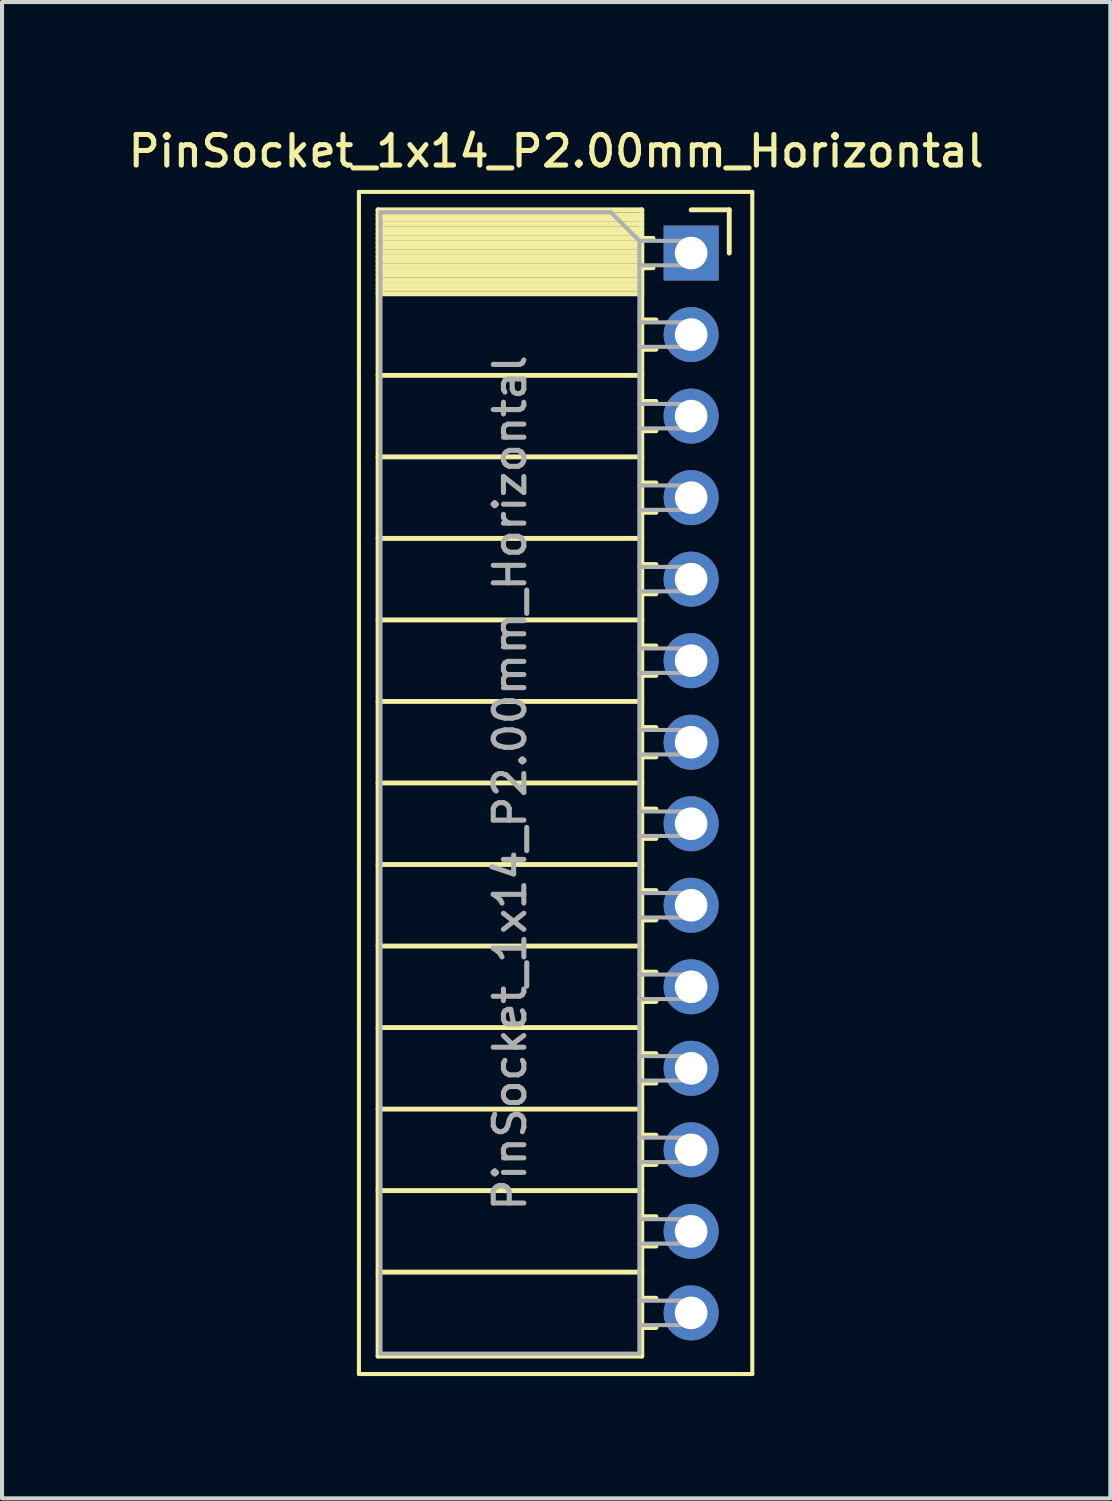
<source format=kicad_pcb>
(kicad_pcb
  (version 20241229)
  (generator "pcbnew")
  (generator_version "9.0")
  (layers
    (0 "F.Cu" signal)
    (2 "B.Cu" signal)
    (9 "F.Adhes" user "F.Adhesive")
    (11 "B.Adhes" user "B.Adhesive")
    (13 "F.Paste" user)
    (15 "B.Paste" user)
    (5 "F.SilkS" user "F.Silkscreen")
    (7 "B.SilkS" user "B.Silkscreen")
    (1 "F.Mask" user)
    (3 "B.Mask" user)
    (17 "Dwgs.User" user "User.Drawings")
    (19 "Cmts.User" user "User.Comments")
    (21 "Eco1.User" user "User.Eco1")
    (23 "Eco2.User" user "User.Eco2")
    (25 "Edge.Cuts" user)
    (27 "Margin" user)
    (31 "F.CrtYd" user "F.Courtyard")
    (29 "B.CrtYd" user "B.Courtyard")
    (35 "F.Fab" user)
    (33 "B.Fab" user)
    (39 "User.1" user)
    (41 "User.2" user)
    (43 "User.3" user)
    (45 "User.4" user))
  (footprint "PinSocket_1x14_P2.00mm_Horizontal"
    (layer "F.Cu")
    (at 13.905 3.158)
    (property "Reference" "PinSocket_1x14_P2.00mm_Horizontal" (at -3.31 -2.5 0) (layer "F.SilkS") (effects (font (size 0.75 0.75) (thickness 0.125))))
    (attr through_hole)
    (fp_line (start -8.15 -1.5) (end -8.15 27.5) (stroke (width 0.1) (type solid)) (layer "F.SilkS"))
    (fp_line (start -8.15 27.5) (end 1.5 27.5) (stroke (width 0.1) (type solid)) (layer "F.SilkS"))
    (fp_line (start -7.68 -1.06) (end -7.68 27.06) (stroke (width 0.12) (type solid)) (layer "F.SilkS"))
    (fp_line (start -7.68 -1.06) (end -1.21 -1.06) (stroke (width 0.12) (type solid)) (layer "F.SilkS"))
    (fp_line (start -7.68 -0.94) (end -1.21 -0.94) (stroke (width 0.12) (type solid)) (layer "F.SilkS"))
    (fp_line (start -7.68 -0.826) (end -1.21 -0.826) (stroke (width 0.12) (type solid)) (layer "F.SilkS"))
    (fp_line (start -7.68 -0.712) (end -1.21 -0.712) (stroke (width 0.12) (type solid)) (layer "F.SilkS"))
    (fp_line (start -7.68 -0.598) (end -1.21 -0.598) (stroke (width 0.12) (type solid)) (layer "F.SilkS"))
    (fp_line (start -7.68 -0.484) (end -1.21 -0.484) (stroke (width 0.12) (type solid)) (layer "F.SilkS"))
    (fp_line (start -7.68 -0.369) (end -1.21 -0.369) (stroke (width 0.12) (type solid)) (layer "F.SilkS"))
    (fp_line (start -7.68 -0.255) (end -1.21 -0.255) (stroke (width 0.12) (type solid)) (layer "F.SilkS"))
    (fp_line (start -7.68 -0.141) (end -1.21 -0.141) (stroke (width 0.12) (type solid)) (layer "F.SilkS"))
    (fp_line (start -7.68 -0.027) (end -1.21 -0.027) (stroke (width 0.12) (type solid)) (layer "F.SilkS"))
    (fp_line (start -7.68 0.087) (end -1.21 0.087) (stroke (width 0.12) (type solid)) (layer "F.SilkS"))
    (fp_line (start -7.68 0.201) (end -1.21 0.201) (stroke (width 0.12) (type solid)) (layer "F.SilkS"))
    (fp_line (start -7.68 0.315) (end -1.21 0.315) (stroke (width 0.12) (type solid)) (layer "F.SilkS"))
    (fp_line (start -7.68 0.429) (end -1.21 0.429) (stroke (width 0.12) (type solid)) (layer "F.SilkS"))
    (fp_line (start -7.68 0.544) (end -1.21 0.544) (stroke (width 0.12) (type solid)) (layer "F.SilkS"))
    (fp_line (start -7.68 0.658) (end -1.21 0.658) (stroke (width 0.12) (type solid)) (layer "F.SilkS"))
    (fp_line (start -7.68 0.772) (end -1.21 0.772) (stroke (width 0.12) (type solid)) (layer "F.SilkS"))
    (fp_line (start -7.68 0.886) (end -1.21 0.886) (stroke (width 0.12) (type solid)) (layer "F.SilkS"))
    (fp_line (start -7.68 1) (end -1.21 1) (stroke (width 0.12) (type solid)) (layer "F.SilkS"))
    (fp_line (start -7.68 3) (end -1.21 3) (stroke (width 0.12) (type solid)) (layer "F.SilkS"))
    (fp_line (start -7.68 5) (end -1.21 5) (stroke (width 0.12) (type solid)) (layer "F.SilkS"))
    (fp_line (start -7.68 7) (end -1.21 7) (stroke (width 0.12) (type solid)) (layer "F.SilkS"))
    (fp_line (start -7.68 9) (end -1.21 9) (stroke (width 0.12) (type solid)) (layer "F.SilkS"))
    (fp_line (start -7.68 11) (end -1.21 11) (stroke (width 0.12) (type solid)) (layer "F.SilkS"))
    (fp_line (start -7.68 13) (end -1.21 13) (stroke (width 0.12) (type solid)) (layer "F.SilkS"))
    (fp_line (start -7.68 15) (end -1.21 15) (stroke (width 0.12) (type solid)) (layer "F.SilkS"))
    (fp_line (start -7.68 17) (end -1.21 17) (stroke (width 0.12) (type solid)) (layer "F.SilkS"))
    (fp_line (start -7.68 19) (end -1.21 19) (stroke (width 0.12) (type solid)) (layer "F.SilkS"))
    (fp_line (start -7.68 21) (end -1.21 21) (stroke (width 0.12) (type solid)) (layer "F.SilkS"))
    (fp_line (start -7.68 23) (end -1.21 23) (stroke (width 0.12) (type solid)) (layer "F.SilkS"))
    (fp_line (start -7.68 25) (end -1.21 25) (stroke (width 0.12) (type solid)) (layer "F.SilkS"))
    (fp_line (start -7.68 27.06) (end -1.21 27.06) (stroke (width 0.12) (type solid)) (layer "F.SilkS"))
    (fp_line (start -1.21 -1.06) (end -1.21 27.06) (stroke (width 0.12) (type solid)) (layer "F.SilkS"))
    (fp_line (start -1.21 -0.36) (end -0.935 -0.36) (stroke (width 0.12) (type solid)) (layer "F.SilkS"))
    (fp_line (start -1.21 0.36) (end -0.935 0.36) (stroke (width 0.12) (type solid)) (layer "F.SilkS"))
    (fp_line (start -1.21 1.64) (end -0.863 1.64) (stroke (width 0.12) (type solid)) (layer "F.SilkS"))
    (fp_line (start -1.21 2.36) (end -0.863 2.36) (stroke (width 0.12) (type solid)) (layer "F.SilkS"))
    (fp_line (start -1.21 3.64) (end -0.863 3.64) (stroke (width 0.12) (type solid)) (layer "F.SilkS"))
    (fp_line (start -1.21 4.36) (end -0.863 4.36) (stroke (width 0.12) (type solid)) (layer "F.SilkS"))
    (fp_line (start -1.21 5.64) (end -0.863 5.64) (stroke (width 0.12) (type solid)) (layer "F.SilkS"))
    (fp_line (start -1.21 6.36) (end -0.863 6.36) (stroke (width 0.12) (type solid)) (layer "F.SilkS"))
    (fp_line (start -1.21 7.64) (end -0.863 7.64) (stroke (width 0.12) (type solid)) (layer "F.SilkS"))
    (fp_line (start -1.21 8.36) (end -0.863 8.36) (stroke (width 0.12) (type solid)) (layer "F.SilkS"))
    (fp_line (start -1.21 9.64) (end -0.863 9.64) (stroke (width 0.12) (type solid)) (layer "F.SilkS"))
    (fp_line (start -1.21 10.36) (end -0.863 10.36) (stroke (width 0.12) (type solid)) (layer "F.SilkS"))
    (fp_line (start -1.21 11.64) (end -0.863 11.64) (stroke (width 0.12) (type solid)) (layer "F.SilkS"))
    (fp_line (start -1.21 12.36) (end -0.863 12.36) (stroke (width 0.12) (type solid)) (layer "F.SilkS"))
    (fp_line (start -1.21 13.64) (end -0.863 13.64) (stroke (width 0.12) (type solid)) (layer "F.SilkS"))
    (fp_line (start -1.21 14.36) (end -0.863 14.36) (stroke (width 0.12) (type solid)) (layer "F.SilkS"))
    (fp_line (start -1.21 15.64) (end -0.863 15.64) (stroke (width 0.12) (type solid)) (layer "F.SilkS"))
    (fp_line (start -1.21 16.36) (end -0.863 16.36) (stroke (width 0.12) (type solid)) (layer "F.SilkS"))
    (fp_line (start -1.21 17.64) (end -0.863 17.64) (stroke (width 0.12) (type solid)) (layer "F.SilkS"))
    (fp_line (start -1.21 18.36) (end -0.863 18.36) (stroke (width 0.12) (type solid)) (layer "F.SilkS"))
    (fp_line (start -1.21 19.64) (end -0.863 19.64) (stroke (width 0.12) (type solid)) (layer "F.SilkS"))
    (fp_line (start -1.21 20.36) (end -0.863 20.36) (stroke (width 0.12) (type solid)) (layer "F.SilkS"))
    (fp_line (start -1.21 21.64) (end -0.863 21.64) (stroke (width 0.12) (type solid)) (layer "F.SilkS"))
    (fp_line (start -1.21 22.36) (end -0.863 22.36) (stroke (width 0.12) (type solid)) (layer "F.SilkS"))
    (fp_line (start -1.21 23.64) (end -0.863 23.64) (stroke (width 0.12) (type solid)) (layer "F.SilkS"))
    (fp_line (start -1.21 24.36) (end -0.863 24.36) (stroke (width 0.12) (type solid)) (layer "F.SilkS"))
    (fp_line (start -1.21 25.64) (end -0.863 25.64) (stroke (width 0.12) (type solid)) (layer "F.SilkS"))
    (fp_line (start -1.21 26.36) (end -0.863 26.36) (stroke (width 0.12) (type solid)) (layer "F.SilkS"))
    (fp_line (start 0 -1.06) (end 0.935 -1.06) (stroke (width 0.12) (type solid)) (layer "F.SilkS"))
    (fp_line (start 0.935 -1.06) (end 0.935 0) (stroke (width 0.12) (type solid)) (layer "F.SilkS"))
    (fp_line (start 1.5 -1.5) (end -8.15 -1.5) (stroke (width 0.1) (type solid)) (layer "F.SilkS"))
    (fp_line (start 1.5 27.5) (end 1.5 -1.5) (stroke (width 0.1) (type solid)) (layer "F.SilkS"))
    (fp_line (start -7.62 -1) (end -1.97 -1) (stroke (width 0.1) (type solid)) (layer "F.Fab"))
    (fp_line (start -7.62 27) (end -7.62 -1) (stroke (width 0.1) (type solid)) (layer "F.Fab"))
    (fp_line (start -1.97 -1) (end -1.27 -0.3) (stroke (width 0.1) (type solid)) (layer "F.Fab"))
    (fp_line (start -1.27 -0.3) (end -1.27 27) (stroke (width 0.1) (type solid)) (layer "F.Fab"))
    (fp_line (start -1.27 0.3) (end 0 0.3) (stroke (width 0.1) (type solid)) (layer "F.Fab"))
    (fp_line (start -1.27 2.3) (end 0 2.3) (stroke (width 0.1) (type solid)) (layer "F.Fab"))
    (fp_line (start -1.27 4.3) (end 0 4.3) (stroke (width 0.1) (type solid)) (layer "F.Fab"))
    (fp_line (start -1.27 6.3) (end 0 6.3) (stroke (width 0.1) (type solid)) (layer "F.Fab"))
    (fp_line (start -1.27 8.3) (end 0 8.3) (stroke (width 0.1) (type solid)) (layer "F.Fab"))
    (fp_line (start -1.27 10.3) (end 0 10.3) (stroke (width 0.1) (type solid)) (layer "F.Fab"))
    (fp_line (start -1.27 12.3) (end 0 12.3) (stroke (width 0.1) (type solid)) (layer "F.Fab"))
    (fp_line (start -1.27 14.3) (end 0 14.3) (stroke (width 0.1) (type solid)) (layer "F.Fab"))
    (fp_line (start -1.27 16.3) (end 0 16.3) (stroke (width 0.1) (type solid)) (layer "F.Fab"))
    (fp_line (start -1.27 18.3) (end 0 18.3) (stroke (width 0.1) (type solid)) (layer "F.Fab"))
    (fp_line (start -1.27 20.3) (end 0 20.3) (stroke (width 0.1) (type solid)) (layer "F.Fab"))
    (fp_line (start -1.27 22.3) (end 0 22.3) (stroke (width 0.1) (type solid)) (layer "F.Fab"))
    (fp_line (start -1.27 24.3) (end 0 24.3) (stroke (width 0.1) (type solid)) (layer "F.Fab"))
    (fp_line (start -1.27 26.3) (end 0 26.3) (stroke (width 0.1) (type solid)) (layer "F.Fab"))
    (fp_line (start -1.27 27) (end -7.62 27) (stroke (width 0.1) (type solid)) (layer "F.Fab"))
    (fp_line (start 0 -0.3) (end -1.27 -0.3) (stroke (width 0.1) (type solid)) (layer "F.Fab"))
    (fp_line (start 0 0.3) (end 0 -0.3) (stroke (width 0.1) (type solid)) (layer "F.Fab"))
    (fp_line (start 0 1.7) (end -1.27 1.7) (stroke (width 0.1) (type solid)) (layer "F.Fab"))
    (fp_line (start 0 2.3) (end 0 1.7) (stroke (width 0.1) (type solid)) (layer "F.Fab"))
    (fp_line (start 0 3.7) (end -1.27 3.7) (stroke (width 0.1) (type solid)) (layer "F.Fab"))
    (fp_line (start 0 4.3) (end 0 3.7) (stroke (width 0.1) (type solid)) (layer "F.Fab"))
    (fp_line (start 0 5.7) (end -1.27 5.7) (stroke (width 0.1) (type solid)) (layer "F.Fab"))
    (fp_line (start 0 6.3) (end 0 5.7) (stroke (width 0.1) (type solid)) (layer "F.Fab"))
    (fp_line (start 0 7.7) (end -1.27 7.7) (stroke (width 0.1) (type solid)) (layer "F.Fab"))
    (fp_line (start 0 8.3) (end 0 7.7) (stroke (width 0.1) (type solid)) (layer "F.Fab"))
    (fp_line (start 0 9.7) (end -1.27 9.7) (stroke (width 0.1) (type solid)) (layer "F.Fab"))
    (fp_line (start 0 10.3) (end 0 9.7) (stroke (width 0.1) (type solid)) (layer "F.Fab"))
    (fp_line (start 0 11.7) (end -1.27 11.7) (stroke (width 0.1) (type solid)) (layer "F.Fab"))
    (fp_line (start 0 12.3) (end 0 11.7) (stroke (width 0.1) (type solid)) (layer "F.Fab"))
    (fp_line (start 0 13.7) (end -1.27 13.7) (stroke (width 0.1) (type solid)) (layer "F.Fab"))
    (fp_line (start 0 14.3) (end 0 13.7) (stroke (width 0.1) (type solid)) (layer "F.Fab"))
    (fp_line (start 0 15.7) (end -1.27 15.7) (stroke (width 0.1) (type solid)) (layer "F.Fab"))
    (fp_line (start 0 16.3) (end 0 15.7) (stroke (width 0.1) (type solid)) (layer "F.Fab"))
    (fp_line (start 0 17.7) (end -1.27 17.7) (stroke (width 0.1) (type solid)) (layer "F.Fab"))
    (fp_line (start 0 18.3) (end 0 17.7) (stroke (width 0.1) (type solid)) (layer "F.Fab"))
    (fp_line (start 0 19.7) (end -1.27 19.7) (stroke (width 0.1) (type solid)) (layer "F.Fab"))
    (fp_line (start 0 20.3) (end 0 19.7) (stroke (width 0.1) (type solid)) (layer "F.Fab"))
    (fp_line (start 0 21.7) (end -1.27 21.7) (stroke (width 0.1) (type solid)) (layer "F.Fab"))
    (fp_line (start 0 22.3) (end 0 21.7) (stroke (width 0.1) (type solid)) (layer "F.Fab"))
    (fp_line (start 0 23.7) (end -1.27 23.7) (stroke (width 0.1) (type solid)) (layer "F.Fab"))
    (fp_line (start 0 24.3) (end 0 23.7) (stroke (width 0.1) (type solid)) (layer "F.Fab"))
    (fp_line (start 0 25.7) (end -1.27 25.7) (stroke (width 0.1) (type solid)) (layer "F.Fab"))
    (fp_line (start 0 26.3) (end 0 25.7) (stroke (width 0.1) (type solid)) (layer "F.Fab"))
    (fp_text user "${REFERENCE}" (at -4.445 13 90) (layer "F.Fab") (effects (font (size 0.75 0.75) (thickness 0.125))))
    (pad "1" thru_hole rect (at 0 0) (size 1.35 1.35) (drill 0.8) (layers "*.Cu" "*.Mask"))
    (pad "2" thru_hole oval (at 0 2) (size 1.35 1.35) (drill 0.8) (layers "*.Cu" "*.Mask"))
    (pad "3" thru_hole oval (at 0 4) (size 1.35 1.35) (drill 0.8) (layers "*.Cu" "*.Mask"))
    (pad "4" thru_hole oval (at 0 6) (size 1.35 1.35) (drill 0.8) (layers "*.Cu" "*.Mask"))
    (pad "5" thru_hole oval (at 0 8) (size 1.35 1.35) (drill 0.8) (layers "*.Cu" "*.Mask"))
    (pad "6" thru_hole oval (at 0 10) (size 1.35 1.35) (drill 0.8) (layers "*.Cu" "*.Mask"))
    (pad "7" thru_hole oval (at 0 12) (size 1.35 1.35) (drill 0.8) (layers "*.Cu" "*.Mask"))
    (pad "8" thru_hole oval (at 0 14) (size 1.35 1.35) (drill 0.8) (layers "*.Cu" "*.Mask"))
    (pad "9" thru_hole oval (at 0 16) (size 1.35 1.35) (drill 0.8) (layers "*.Cu" "*.Mask"))
    (pad "10" thru_hole oval (at 0 18) (size 1.35 1.35) (drill 0.8) (layers "*.Cu" "*.Mask"))
    (pad "11" thru_hole oval (at 0 20) (size 1.35 1.35) (drill 0.8) (layers "*.Cu" "*.Mask"))
    (pad "12" thru_hole oval (at 0 22) (size 1.35 1.35) (drill 0.8) (layers "*.Cu" "*.Mask"))
    (pad "13" thru_hole oval (at 0 24) (size 1.35 1.35) (drill 0.8) (layers "*.Cu" "*.Mask"))
    (pad "14" thru_hole oval (at 0 26) (size 1.35 1.35) (drill 0.8) (layers "*.Cu" "*.Mask")))
  (gr_rect
    (start -3 -3)
    (end 24.189 33.708)
    (stroke (width 0.1) (type default))
    (fill no)
    (layer "Edge.Cuts")))
</source>
